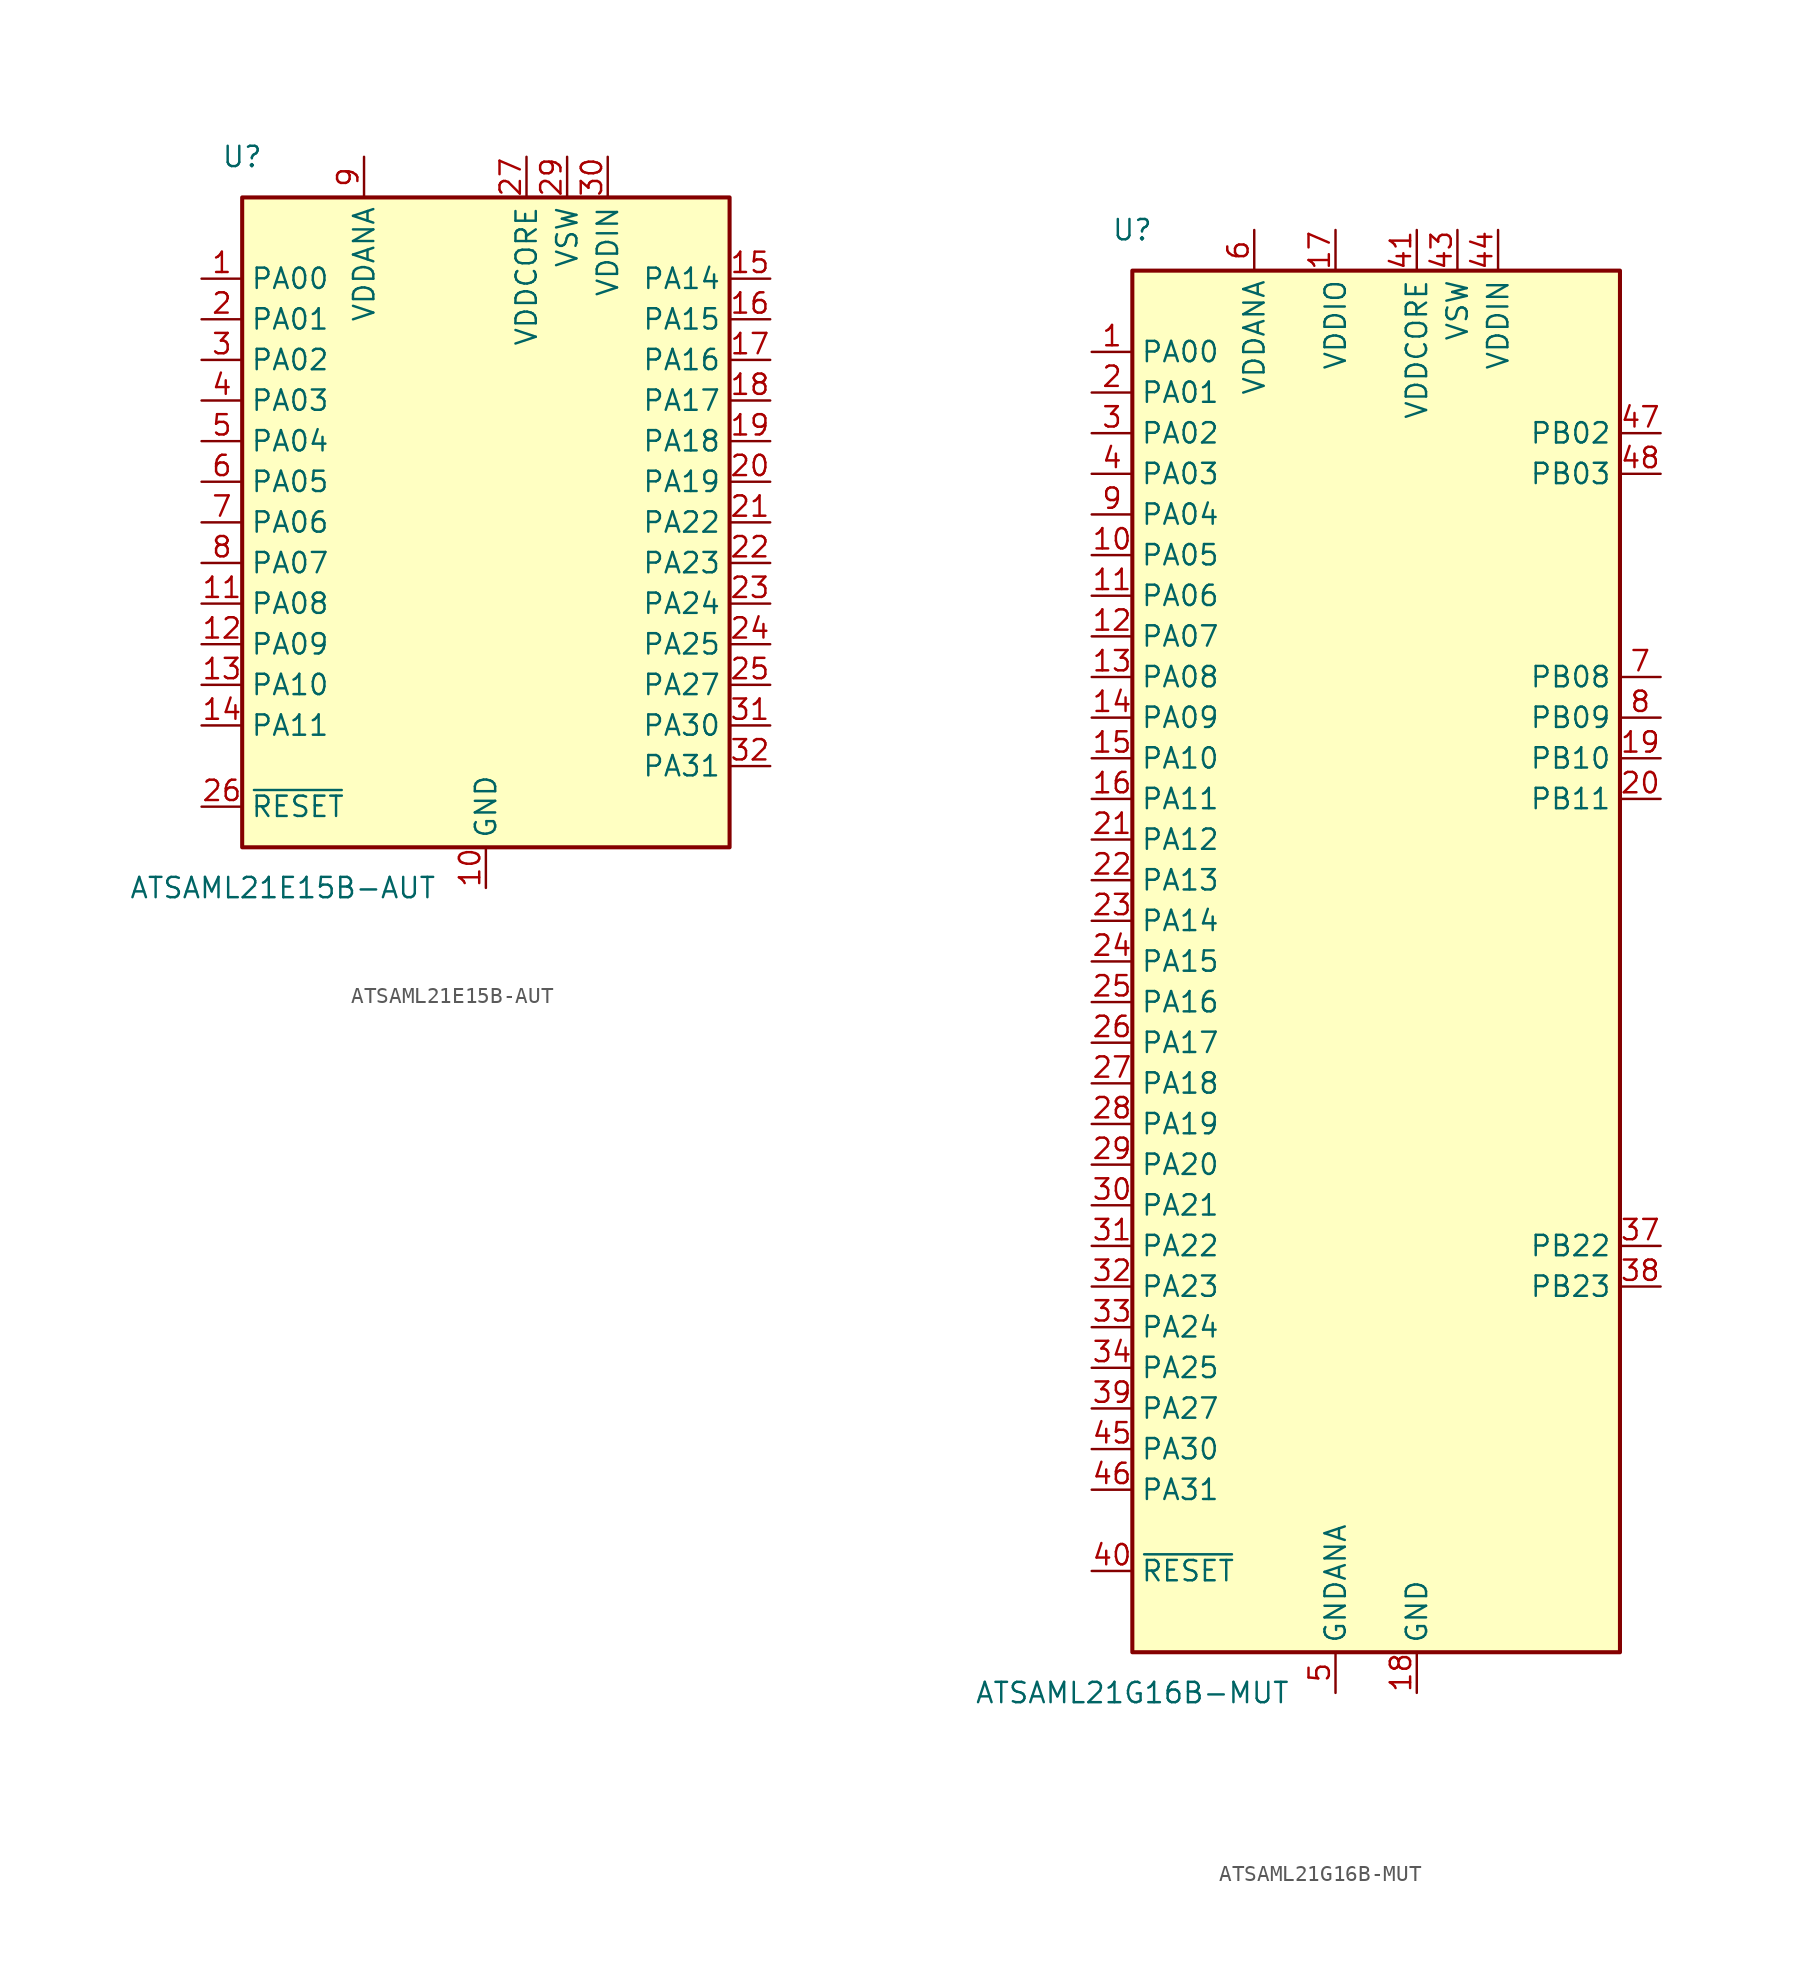
<source format=kicad_sym>
(kicad_symbol_lib
  (version 20231120)
  (generator "kicad_symbol_editor")
  (generator_version "8.0")
  (symbol "ATSAML21E15B-AUT"
    (property "Reference" "U"
      (at -15.24 22.86 0)
      (effects (font (size 1.27 1.27))))
    (property "Value" "ATSAML21E15B-AUT"
      (at -12.7 -22.86 0)
      (effects (font (size 1.27 1.27))))
    (symbol "ATSAML21E15B-AUT_0_1"
      (rectangle (start -15.24 20.32) (end 15.24 -20.32) (stroke (width 0.254) (type default)) (fill (type background))))
    (symbol "ATSAML21E15B-AUT_1_1"
      (pin bidirectional line (at -17.78 15.24 0) (length 2.54) (name "PA00" (effects (font (size 1.27 1.27)))) (number "1" (effects (font (size 1.27 1.27)))))
      (pin power_in line (at 0 -22.86 90) (length 2.54) (name "GND" (effects (font (size 1.27 1.27)))) (number "10" (effects (font (size 1.27 1.27)))))
      (pin bidirectional line (at -17.78 -5.08 0) (length 2.54) (name "PA08" (effects (font (size 1.27 1.27)))) (number "11" (effects (font (size 1.27 1.27)))))
      (pin bidirectional line (at -17.78 -7.62 0) (length 2.54) (name "PA09" (effects (font (size 1.27 1.27)))) (number "12" (effects (font (size 1.27 1.27)))))
      (pin bidirectional line (at -17.78 -10.16 0) (length 2.54) (name "PA10" (effects (font (size 1.27 1.27)))) (number "13" (effects (font (size 1.27 1.27)))))
      (pin bidirectional line (at -17.78 -12.7 0) (length 2.54) (name "PA11" (effects (font (size 1.27 1.27)))) (number "14" (effects (font (size 1.27 1.27)))))
      (pin bidirectional line (at 17.78 15.24 180) (length 2.54) (name "PA14" (effects (font (size 1.27 1.27)))) (number "15" (effects (font (size 1.27 1.27)))))
      (pin bidirectional line (at 17.78 12.7 180) (length 2.54) (name "PA15" (effects (font (size 1.27 1.27)))) (number "16" (effects (font (size 1.27 1.27)))))
      (pin bidirectional line (at 17.78 10.16 180) (length 2.54) (name "PA16" (effects (font (size 1.27 1.27)))) (number "17" (effects (font (size 1.27 1.27)))))
      (pin bidirectional line (at 17.78 7.62 180) (length 2.54) (name "PA17" (effects (font (size 1.27 1.27)))) (number "18" (effects (font (size 1.27 1.27)))))
      (pin bidirectional line (at 17.78 5.08 180) (length 2.54) (name "PA18" (effects (font (size 1.27 1.27)))) (number "19" (effects (font (size 1.27 1.27)))))
      (pin bidirectional line (at -17.78 12.7 0) (length 2.54) (name "PA01" (effects (font (size 1.27 1.27)))) (number "2" (effects (font (size 1.27 1.27)))))
      (pin bidirectional line (at 17.78 2.54 180) (length 2.54) (name "PA19" (effects (font (size 1.27 1.27)))) (number "20" (effects (font (size 1.27 1.27)))))
      (pin bidirectional line (at 17.78 0 180) (length 2.54) (name "PA22" (effects (font (size 1.27 1.27)))) (number "21" (effects (font (size 1.27 1.27)))))
      (pin bidirectional line (at 17.78 -2.54 180) (length 2.54) (name "PA23" (effects (font (size 1.27 1.27)))) (number "22" (effects (font (size 1.27 1.27)))))
      (pin bidirectional line (at 17.78 -5.08 180) (length 2.54) (name "PA24" (effects (font (size 1.27 1.27)))) (number "23" (effects (font (size 1.27 1.27)))))
      (pin bidirectional line (at 17.78 -7.62 180) (length 2.54) (name "PA25" (effects (font (size 1.27 1.27)))) (number "24" (effects (font (size 1.27 1.27)))))
      (pin bidirectional line (at 17.78 -10.16 180) (length 2.54) (name "PA27" (effects (font (size 1.27 1.27)))) (number "25" (effects (font (size 1.27 1.27)))))
      (pin input line (at -17.78 -17.78 0) (length 2.54) (name "~{RESET}" (effects (font (size 1.27 1.27)))) (number "26" (effects (font (size 1.27 1.27)))))
      (pin power_in line (at 2.54 22.86 270) (length 2.54) (name "VDDCORE" (effects (font (size 1.27 1.27)))) (number "27" (effects (font (size 1.27 1.27)))))
      (pin passive line (at 0 -22.86 90) (length 2.54) hide (name "GND" (effects (font (size 1.27 1.27)))) (number "28" (effects (font (size 1.27 1.27)))))
      (pin power_out line (at 5.08 22.86 270) (length 2.54) (name "VSW" (effects (font (size 1.27 1.27)))) (number "29" (effects (font (size 1.27 1.27)))))
      (pin bidirectional line (at -17.78 10.16 0) (length 2.54) (name "PA02" (effects (font (size 1.27 1.27)))) (number "3" (effects (font (size 1.27 1.27)))))
      (pin power_in line (at 7.62 22.86 270) (length 2.54) (name "VDDIN" (effects (font (size 1.27 1.27)))) (number "30" (effects (font (size 1.27 1.27)))))
      (pin bidirectional line (at 17.78 -12.7 180) (length 2.54) (name "PA30" (effects (font (size 1.27 1.27)))) (number "31" (effects (font (size 1.27 1.27)))))
      (pin bidirectional line (at 17.78 -15.24 180) (length 2.54) (name "PA31" (effects (font (size 1.27 1.27)))) (number "32" (effects (font (size 1.27 1.27)))))
      (pin bidirectional line (at -17.78 7.62 0) (length 2.54) (name "PA03" (effects (font (size 1.27 1.27)))) (number "4" (effects (font (size 1.27 1.27)))))
      (pin bidirectional line (at -17.78 5.08 0) (length 2.54) (name "PA04" (effects (font (size 1.27 1.27)))) (number "5" (effects (font (size 1.27 1.27)))))
      (pin bidirectional line (at -17.78 2.54 0) (length 2.54) (name "PA05" (effects (font (size 1.27 1.27)))) (number "6" (effects (font (size 1.27 1.27)))))
      (pin bidirectional line (at -17.78 0 0) (length 2.54) (name "PA06" (effects (font (size 1.27 1.27)))) (number "7" (effects (font (size 1.27 1.27)))))
      (pin bidirectional line (at -17.78 -2.54 0) (length 2.54) (name "PA07" (effects (font (size 1.27 1.27)))) (number "8" (effects (font (size 1.27 1.27)))))
      (pin power_in line (at -7.62 22.86 270) (length 2.54) (name "VDDANA" (effects (font (size 1.27 1.27)))) (number "9" (effects (font (size 1.27 1.27)))))))
  (symbol "ATSAML21G16B-MUT"
    (property "Reference" "U"
      (at -15.24 45.72 0)
      (effects (font (size 1.27 1.27))))
    (property "Value" "ATSAML21G16B-MUT"
      (at -15.24 -45.72 0)
      (effects (font (size 1.27 1.27))))
    (symbol "ATSAML21G16B-MUT_0_1"
      (rectangle (start -15.24 43.18) (end 15.24 -43.18) (stroke (width 0.254) (type default)) (fill (type background))))
    (symbol "ATSAML21G16B-MUT_1_1"
      (pin bidirectional line (at -17.78 38.1 0) (length 2.54) (name "PA00" (effects (font (size 1.27 1.27)))) (number "1" (effects (font (size 1.27 1.27)))))
      (pin bidirectional line (at -17.78 25.4 0) (length 2.54) (name "PA05" (effects (font (size 1.27 1.27)))) (number "10" (effects (font (size 1.27 1.27)))))
      (pin bidirectional line (at -17.78 22.86 0) (length 2.54) (name "PA06" (effects (font (size 1.27 1.27)))) (number "11" (effects (font (size 1.27 1.27)))))
      (pin bidirectional line (at -17.78 20.32 0) (length 2.54) (name "PA07" (effects (font (size 1.27 1.27)))) (number "12" (effects (font (size 1.27 1.27)))))
      (pin bidirectional line (at -17.78 17.78 0) (length 2.54) (name "PA08" (effects (font (size 1.27 1.27)))) (number "13" (effects (font (size 1.27 1.27)))))
      (pin bidirectional line (at -17.78 15.24 0) (length 2.54) (name "PA09" (effects (font (size 1.27 1.27)))) (number "14" (effects (font (size 1.27 1.27)))))
      (pin bidirectional line (at -17.78 12.7 0) (length 2.54) (name "PA10" (effects (font (size 1.27 1.27)))) (number "15" (effects (font (size 1.27 1.27)))))
      (pin bidirectional line (at -17.78 10.16 0) (length 2.54) (name "PA11" (effects (font (size 1.27 1.27)))) (number "16" (effects (font (size 1.27 1.27)))))
      (pin power_in line (at -2.54 45.72 270) (length 2.54) (name "VDDIO" (effects (font (size 1.27 1.27)))) (number "17" (effects (font (size 1.27 1.27)))))
      (pin power_in line (at 2.54 -45.72 90) (length 2.54) (name "GND" (effects (font (size 1.27 1.27)))) (number "18" (effects (font (size 1.27 1.27)))))
      (pin bidirectional line (at 17.78 12.7 180) (length 2.54) (name "PB10" (effects (font (size 1.27 1.27)))) (number "19" (effects (font (size 1.27 1.27)))))
      (pin bidirectional line (at -17.78 35.56 0) (length 2.54) (name "PA01" (effects (font (size 1.27 1.27)))) (number "2" (effects (font (size 1.27 1.27)))))
      (pin bidirectional line (at 17.78 10.16 180) (length 2.54) (name "PB11" (effects (font (size 1.27 1.27)))) (number "20" (effects (font (size 1.27 1.27)))))
      (pin bidirectional line (at -17.78 7.62 0) (length 2.54) (name "PA12" (effects (font (size 1.27 1.27)))) (number "21" (effects (font (size 1.27 1.27)))))
      (pin bidirectional line (at -17.78 5.08 0) (length 2.54) (name "PA13" (effects (font (size 1.27 1.27)))) (number "22" (effects (font (size 1.27 1.27)))))
      (pin bidirectional line (at -17.78 2.54 0) (length 2.54) (name "PA14" (effects (font (size 1.27 1.27)))) (number "23" (effects (font (size 1.27 1.27)))))
      (pin bidirectional line (at -17.78 0 0) (length 2.54) (name "PA15" (effects (font (size 1.27 1.27)))) (number "24" (effects (font (size 1.27 1.27)))))
      (pin bidirectional line (at -17.78 -2.54 0) (length 2.54) (name "PA16" (effects (font (size 1.27 1.27)))) (number "25" (effects (font (size 1.27 1.27)))))
      (pin bidirectional line (at -17.78 -5.08 0) (length 2.54) (name "PA17" (effects (font (size 1.27 1.27)))) (number "26" (effects (font (size 1.27 1.27)))))
      (pin bidirectional line (at -17.78 -7.62 0) (length 2.54) (name "PA18" (effects (font (size 1.27 1.27)))) (number "27" (effects (font (size 1.27 1.27)))))
      (pin bidirectional line (at -17.78 -10.16 0) (length 2.54) (name "PA19" (effects (font (size 1.27 1.27)))) (number "28" (effects (font (size 1.27 1.27)))))
      (pin bidirectional line (at -17.78 -12.7 0) (length 2.54) (name "PA20" (effects (font (size 1.27 1.27)))) (number "29" (effects (font (size 1.27 1.27)))))
      (pin bidirectional line (at -17.78 33.02 0) (length 2.54) (name "PA02" (effects (font (size 1.27 1.27)))) (number "3" (effects (font (size 1.27 1.27)))))
      (pin bidirectional line (at -17.78 -15.24 0) (length 2.54) (name "PA21" (effects (font (size 1.27 1.27)))) (number "30" (effects (font (size 1.27 1.27)))))
      (pin bidirectional line (at -17.78 -17.78 0) (length 2.54) (name "PA22" (effects (font (size 1.27 1.27)))) (number "31" (effects (font (size 1.27 1.27)))))
      (pin bidirectional line (at -17.78 -20.32 0) (length 2.54) (name "PA23" (effects (font (size 1.27 1.27)))) (number "32" (effects (font (size 1.27 1.27)))))
      (pin bidirectional line (at -17.78 -22.86 0) (length 2.54) (name "PA24" (effects (font (size 1.27 1.27)))) (number "33" (effects (font (size 1.27 1.27)))))
      (pin bidirectional line (at -17.78 -25.4 0) (length 2.54) (name "PA25" (effects (font (size 1.27 1.27)))) (number "34" (effects (font (size 1.27 1.27)))))
      (pin passive line (at 2.54 -45.72 90) (length 2.54) hide (name "GND" (effects (font (size 1.27 1.27)))) (number "35" (effects (font (size 1.27 1.27)))))
      (pin passive line (at -2.54 45.72 270) (length 2.54) hide (name "VDDIO" (effects (font (size 1.27 1.27)))) (number "36" (effects (font (size 1.27 1.27)))))
      (pin bidirectional line (at 17.78 -17.78 180) (length 2.54) (name "PB22" (effects (font (size 1.27 1.27)))) (number "37" (effects (font (size 1.27 1.27)))))
      (pin bidirectional line (at 17.78 -20.32 180) (length 2.54) (name "PB23" (effects (font (size 1.27 1.27)))) (number "38" (effects (font (size 1.27 1.27)))))
      (pin bidirectional line (at -17.78 -27.94 0) (length 2.54) (name "PA27" (effects (font (size 1.27 1.27)))) (number "39" (effects (font (size 1.27 1.27)))))
      (pin bidirectional line (at -17.78 30.48 0) (length 2.54) (name "PA03" (effects (font (size 1.27 1.27)))) (number "4" (effects (font (size 1.27 1.27)))))
      (pin input line (at -17.78 -38.1 0) (length 2.54) (name "~{RESET}" (effects (font (size 1.27 1.27)))) (number "40" (effects (font (size 1.27 1.27)))))
      (pin power_in line (at 2.54 45.72 270) (length 2.54) (name "VDDCORE" (effects (font (size 1.27 1.27)))) (number "41" (effects (font (size 1.27 1.27)))))
      (pin passive line (at 2.54 -45.72 90) (length 2.54) hide (name "GND" (effects (font (size 1.27 1.27)))) (number "42" (effects (font (size 1.27 1.27)))))
      (pin power_out line (at 5.08 45.72 270) (length 2.54) (name "VSW" (effects (font (size 1.27 1.27)))) (number "43" (effects (font (size 1.27 1.27)))))
      (pin power_in line (at 7.62 45.72 270) (length 2.54) (name "VDDIN" (effects (font (size 1.27 1.27)))) (number "44" (effects (font (size 1.27 1.27)))))
      (pin bidirectional line (at -17.78 -30.48 0) (length 2.54) (name "PA30" (effects (font (size 1.27 1.27)))) (number "45" (effects (font (size 1.27 1.27)))))
      (pin bidirectional line (at -17.78 -33.02 0) (length 2.54) (name "PA31" (effects (font (size 1.27 1.27)))) (number "46" (effects (font (size 1.27 1.27)))))
      (pin bidirectional line (at 17.78 33.02 180) (length 2.54) (name "PB02" (effects (font (size 1.27 1.27)))) (number "47" (effects (font (size 1.27 1.27)))))
      (pin bidirectional line (at 17.78 30.48 180) (length 2.54) (name "PB03" (effects (font (size 1.27 1.27)))) (number "48" (effects (font (size 1.27 1.27)))))
      (pin passive line (at 2.54 -45.72 90) (length 2.54) hide (name "GND" (effects (font (size 1.27 1.27)))) (number "49" (effects (font (size 1.27 1.27)))))
      (pin power_in line (at -2.54 -45.72 90) (length 2.54) (name "GNDANA" (effects (font (size 1.27 1.27)))) (number "5" (effects (font (size 1.27 1.27)))))
      (pin power_in line (at -7.62 45.72 270) (length 2.54) (name "VDDANA" (effects (font (size 1.27 1.27)))) (number "6" (effects (font (size 1.27 1.27)))))
      (pin bidirectional line (at 17.78 17.78 180) (length 2.54) (name "PB08" (effects (font (size 1.27 1.27)))) (number "7" (effects (font (size 1.27 1.27)))))
      (pin bidirectional line (at 17.78 15.24 180) (length 2.54) (name "PB09" (effects (font (size 1.27 1.27)))) (number "8" (effects (font (size 1.27 1.27)))))
      (pin bidirectional line (at -17.78 27.94 0) (length 2.54) (name "PA04" (effects (font (size 1.27 1.27)))) (number "9" (effects (font (size 1.27 1.27))))))))
</source>
